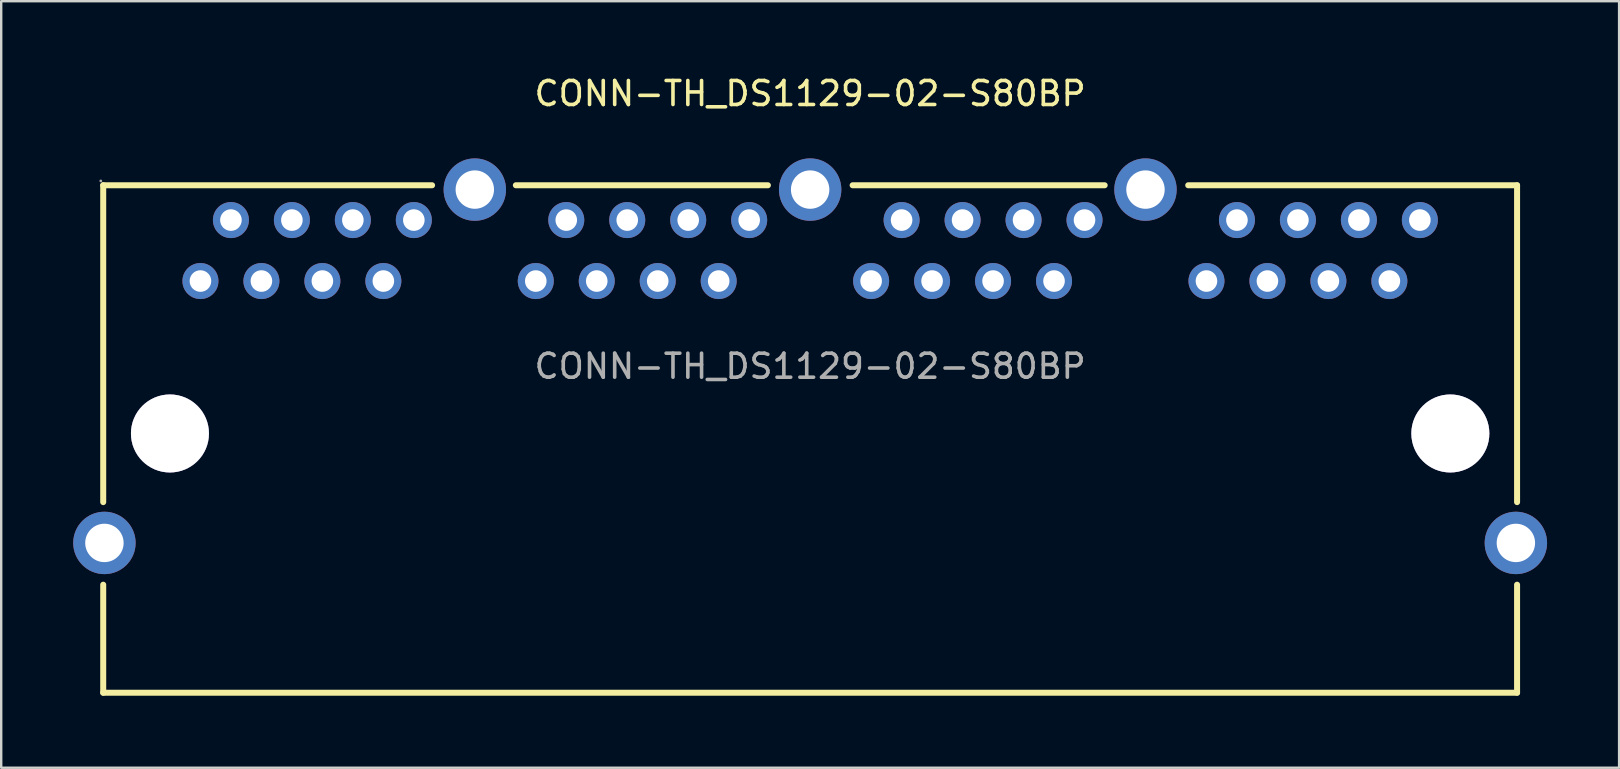
<source format=kicad_pcb>
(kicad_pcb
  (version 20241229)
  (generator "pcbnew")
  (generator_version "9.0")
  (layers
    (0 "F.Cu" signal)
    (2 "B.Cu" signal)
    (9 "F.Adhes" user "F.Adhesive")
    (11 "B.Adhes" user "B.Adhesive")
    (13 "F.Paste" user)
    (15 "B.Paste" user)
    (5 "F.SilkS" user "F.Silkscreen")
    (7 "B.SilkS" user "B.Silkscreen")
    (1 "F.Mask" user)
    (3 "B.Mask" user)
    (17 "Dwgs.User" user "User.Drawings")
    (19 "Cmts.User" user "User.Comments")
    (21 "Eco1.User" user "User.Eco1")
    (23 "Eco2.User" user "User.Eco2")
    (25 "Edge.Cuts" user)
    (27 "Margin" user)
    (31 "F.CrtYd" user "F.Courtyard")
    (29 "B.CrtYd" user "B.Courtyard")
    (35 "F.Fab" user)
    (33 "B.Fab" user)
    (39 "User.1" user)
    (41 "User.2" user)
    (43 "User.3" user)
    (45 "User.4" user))
  (footprint "CONN-TH_DS1129-02-S80BP"
    (layer "F.Cu")
    (at 30.7 12.208)
    (property "Reference" "CONN-TH_DS1129-02-S80BP" (at 0 -11.36 0) (layer "F.SilkS") (effects (font (size 1 1) (thickness 0.15))))
    (attr through_hole)
    (fp_line (start -29.45 -7.54) (end -15.75 -7.54) (stroke (width 0.25) (type solid)) (layer "F.SilkS"))
    (fp_line (start -29.45 5.66) (end -29.45 -7.54) (stroke (width 0.25) (type solid)) (layer "F.SilkS"))
    (fp_line (start -29.45 13.6) (end -29.45 9.1) (stroke (width 0.25) (type solid)) (layer "F.SilkS"))
    (fp_line (start -29.45 13.6) (end 29.45 13.6) (stroke (width 0.25) (type solid)) (layer "F.SilkS"))
    (fp_line (start -12.26 -7.54) (end -1.76 -7.54) (stroke (width 0.25) (type solid)) (layer "F.SilkS"))
    (fp_line (start 1.77 -7.54) (end 12.27 -7.54) (stroke (width 0.25) (type solid)) (layer "F.SilkS"))
    (fp_line (start 15.75 -7.54) (end 29.45 -7.54) (stroke (width 0.25) (type solid)) (layer "F.SilkS"))
    (fp_line (start 29.45 5.66) (end 29.45 -7.54) (stroke (width 0.25) (type solid)) (layer "F.SilkS"))
    (fp_line (start 29.45 13.6) (end 29.45 9.1) (stroke (width 0.25) (type solid)) (layer "F.SilkS"))
    (fp_circle (center -26.67 2.8) (end -25.92 2.8) (stroke (width 1.5) (type solid)) (fill no) (layer "Cmts.User"))
    (fp_circle (center 26.67 2.8) (end 27.42 2.8) (stroke (width 1.5) (type solid)) (fill no) (layer "Cmts.User"))
    (fp_circle (center -29.55 -7.72) (end -29.52 -7.72) (stroke (width 0.06) (type solid)) (fill no) (layer "F.Fab"))
    (fp_circle (center -26.67 2.8) (end -25.91 2.8) (stroke (width 1.52) (type solid)) (fill no) (layer "F.Fab"))
    (fp_circle (center -25.4 -3.55) (end -25.25 -3.55) (stroke (width 0.3) (type solid)) (fill no) (layer "F.Fab"))
    (fp_circle (center -24.13 -6.09) (end -23.98 -6.09) (stroke (width 0.3) (type solid)) (fill no) (layer "F.Fab"))
    (fp_circle (center -22.86 -3.55) (end -22.71 -3.55) (stroke (width 0.3) (type solid)) (fill no) (layer "F.Fab"))
    (fp_circle (center -21.59 -6.09) (end -21.44 -6.09) (stroke (width 0.3) (type solid)) (fill no) (layer "F.Fab"))
    (fp_circle (center -20.32 -3.55) (end -20.17 -3.55) (stroke (width 0.3) (type solid)) (fill no) (layer "F.Fab"))
    (fp_circle (center -19.05 -6.09) (end -18.9 -6.09) (stroke (width 0.3) (type solid)) (fill no) (layer "F.Fab"))
    (fp_circle (center -17.78 -3.55) (end -17.63 -3.55) (stroke (width 0.3) (type solid)) (fill no) (layer "F.Fab"))
    (fp_circle (center -16.51 -6.09) (end -16.36 -6.09) (stroke (width 0.3) (type solid)) (fill no) (layer "F.Fab"))
    (fp_circle (center -11.43 -3.55) (end -11.28 -3.55) (stroke (width 0.3) (type solid)) (fill no) (layer "F.Fab"))
    (fp_circle (center -10.16 -6.09) (end -10.01 -6.09) (stroke (width 0.3) (type solid)) (fill no) (layer "F.Fab"))
    (fp_circle (center -8.89 -3.55) (end -8.74 -3.55) (stroke (width 0.3) (type solid)) (fill no) (layer "F.Fab"))
    (fp_circle (center -7.62 -6.09) (end -7.47 -6.09) (stroke (width 0.3) (type solid)) (fill no) (layer "F.Fab"))
    (fp_circle (center -6.35 -3.55) (end -6.2 -3.55) (stroke (width 0.3) (type solid)) (fill no) (layer "F.Fab"))
    (fp_circle (center -5.08 -6.09) (end -4.93 -6.09) (stroke (width 0.3) (type solid)) (fill no) (layer "F.Fab"))
    (fp_circle (center -3.81 -3.55) (end -3.66 -3.55) (stroke (width 0.3) (type solid)) (fill no) (layer "F.Fab"))
    (fp_circle (center -2.54 -6.09) (end -2.39 -6.09) (stroke (width 0.3) (type solid)) (fill no) (layer "F.Fab"))
    (fp_circle (center 2.54 -3.55) (end 2.69 -3.55) (stroke (width 0.3) (type solid)) (fill no) (layer "F.Fab"))
    (fp_circle (center 3.81 -6.09) (end 3.96 -6.09) (stroke (width 0.3) (type solid)) (fill no) (layer "F.Fab"))
    (fp_circle (center 5.08 -3.55) (end 5.23 -3.55) (stroke (width 0.3) (type solid)) (fill no) (layer "F.Fab"))
    (fp_circle (center 6.35 -6.09) (end 6.5 -6.09) (stroke (width 0.3) (type solid)) (fill no) (layer "F.Fab"))
    (fp_circle (center 7.62 -3.55) (end 7.77 -3.55) (stroke (width 0.3) (type solid)) (fill no) (layer "F.Fab"))
    (fp_circle (center 8.89 -6.09) (end 9.04 -6.09) (stroke (width 0.3) (type solid)) (fill no) (layer "F.Fab"))
    (fp_circle (center 10.16 -3.55) (end 10.31 -3.55) (stroke (width 0.3) (type solid)) (fill no) (layer "F.Fab"))
    (fp_circle (center 11.43 -6.09) (end 11.58 -6.09) (stroke (width 0.3) (type solid)) (fill no) (layer "F.Fab"))
    (fp_circle (center 16.51 -3.55) (end 16.66 -3.55) (stroke (width 0.3) (type solid)) (fill no) (layer "F.Fab"))
    (fp_circle (center 17.78 -6.09) (end 17.93 -6.09) (stroke (width 0.3) (type solid)) (fill no) (layer "F.Fab"))
    (fp_circle (center 19.05 -3.55) (end 19.2 -3.55) (stroke (width 0.3) (type solid)) (fill no) (layer "F.Fab"))
    (fp_circle (center 20.32 -6.09) (end 20.47 -6.09) (stroke (width 0.3) (type solid)) (fill no) (layer "F.Fab"))
    (fp_circle (center 21.59 -3.55) (end 21.74 -3.55) (stroke (width 0.3) (type solid)) (fill no) (layer "F.Fab"))
    (fp_circle (center 22.86 -6.09) (end 23.01 -6.09) (stroke (width 0.3) (type solid)) (fill no) (layer "F.Fab"))
    (fp_circle (center 24.13 -3.55) (end 24.28 -3.55) (stroke (width 0.3) (type solid)) (fill no) (layer "F.Fab"))
    (fp_circle (center 25.4 -6.09) (end 25.55 -6.09) (stroke (width 0.3) (type solid)) (fill no) (layer "F.Fab"))
    (fp_circle (center 26.67 2.8) (end 27.43 2.8) (stroke (width 1.52) (type solid)) (fill no) (layer "F.Fab"))
    (fp_text user "${REFERENCE}" (at 0 0 0) (layer "F.Fab") (effects (font (size 1 1) (thickness 0.15))))
    (pad "" thru_hole circle (at -26.67 2.8) (size 3.25 3.25) (drill 3.25) (layers "*.Cu" "*.Mask"))
    (pad "" thru_hole circle (at 26.67 2.8) (size 3.25 3.25) (drill 3.25) (layers "*.Cu" "*.Mask"))
    (pad "A1" thru_hole circle (at -25.4 -3.55 180) (size 1.5 1.5) (drill 0.9) (layers "*.Cu" "*.Paste" "*.Mask"))
    (pad "A2" thru_hole circle (at -24.13 -6.09 180) (size 1.5 1.5) (drill 0.9) (layers "*.Cu" "*.Paste" "*.Mask"))
    (pad "A3" thru_hole circle (at -22.86 -3.55 180) (size 1.5 1.5) (drill 0.9) (layers "*.Cu" "*.Paste" "*.Mask"))
    (pad "A4" thru_hole circle (at -21.59 -6.09 180) (size 1.5 1.5) (drill 0.9) (layers "*.Cu" "*.Paste" "*.Mask"))
    (pad "A5" thru_hole circle (at -20.32 -3.55 180) (size 1.5 1.5) (drill 0.9) (layers "*.Cu" "*.Paste" "*.Mask"))
    (pad "A6" thru_hole circle (at -19.05 -6.09 180) (size 1.5 1.5) (drill 0.9) (layers "*.Cu" "*.Paste" "*.Mask"))
    (pad "A7" thru_hole circle (at -17.78 -3.55 180) (size 1.5 1.5) (drill 0.9) (layers "*.Cu" "*.Paste" "*.Mask"))
    (pad "A8" thru_hole circle (at -16.51 -6.09 180) (size 1.5 1.5) (drill 0.9) (layers "*.Cu" "*.Paste" "*.Mask"))
    (pad "B1" thru_hole circle (at -11.43 -3.55 180) (size 1.5 1.5) (drill 0.9) (layers "*.Cu" "*.Paste" "*.Mask"))
    (pad "B2" thru_hole circle (at -10.16 -6.09 180) (size 1.5 1.5) (drill 0.9) (layers "*.Cu" "*.Paste" "*.Mask"))
    (pad "B3" thru_hole circle (at -8.89 -3.55 180) (size 1.5 1.5) (drill 0.9) (layers "*.Cu" "*.Paste" "*.Mask"))
    (pad "B4" thru_hole circle (at -7.62 -6.09 180) (size 1.5 1.5) (drill 0.9) (layers "*.Cu" "*.Paste" "*.Mask"))
    (pad "B5" thru_hole circle (at -6.35 -3.55 180) (size 1.5 1.5) (drill 0.9) (layers "*.Cu" "*.Paste" "*.Mask"))
    (pad "B6" thru_hole circle (at -5.08 -6.09 180) (size 1.5 1.5) (drill 0.9) (layers "*.Cu" "*.Paste" "*.Mask"))
    (pad "B7" thru_hole circle (at -3.81 -3.55 180) (size 1.5 1.5) (drill 0.9) (layers "*.Cu" "*.Paste" "*.Mask"))
    (pad "B8" thru_hole circle (at -2.54 -6.09 180) (size 1.5 1.5) (drill 0.9) (layers "*.Cu" "*.Paste" "*.Mask"))
    (pad "C1" thru_hole circle (at 2.54 -3.55 180) (size 1.5 1.5) (drill 0.9) (layers "*.Cu" "*.Paste" "*.Mask"))
    (pad "C2" thru_hole circle (at 3.81 -6.09 180) (size 1.5 1.5) (drill 0.9) (layers "*.Cu" "*.Paste" "*.Mask"))
    (pad "C3" thru_hole circle (at 5.08 -3.55 180) (size 1.5 1.5) (drill 0.9) (layers "*.Cu" "*.Paste" "*.Mask"))
    (pad "C4" thru_hole circle (at 6.35 -6.09 180) (size 1.5 1.5) (drill 0.9) (layers "*.Cu" "*.Paste" "*.Mask"))
    (pad "C5" thru_hole circle (at 7.62 -3.55 180) (size 1.5 1.5) (drill 0.9) (layers "*.Cu" "*.Paste" "*.Mask"))
    (pad "C6" thru_hole circle (at 8.89 -6.09 180) (size 1.5 1.5) (drill 0.9) (layers "*.Cu" "*.Paste" "*.Mask"))
    (pad "C7" thru_hole circle (at 10.16 -3.55 180) (size 1.5 1.5) (drill 0.9) (layers "*.Cu" "*.Paste" "*.Mask"))
    (pad "C8" thru_hole circle (at 11.43 -6.09 180) (size 1.5 1.5) (drill 0.9) (layers "*.Cu" "*.Paste" "*.Mask"))
    (pad "D1" thru_hole circle (at 16.51 -3.55 180) (size 1.5 1.5) (drill 0.9) (layers "*.Cu" "*.Paste" "*.Mask"))
    (pad "D2" thru_hole circle (at 17.78 -6.09 180) (size 1.5 1.5) (drill 0.9) (layers "*.Cu" "*.Paste" "*.Mask"))
    (pad "D3" thru_hole circle (at 19.05 -3.55 180) (size 1.5 1.5) (drill 0.9) (layers "*.Cu" "*.Paste" "*.Mask"))
    (pad "D4" thru_hole circle (at 20.32 -6.09 180) (size 1.5 1.5) (drill 0.9) (layers "*.Cu" "*.Paste" "*.Mask"))
    (pad "D5" thru_hole circle (at 21.59 -3.55 180) (size 1.5 1.5) (drill 0.9) (layers "*.Cu" "*.Paste" "*.Mask"))
    (pad "D6" thru_hole circle (at 22.86 -6.09 180) (size 1.5 1.5) (drill 0.9) (layers "*.Cu" "*.Paste" "*.Mask"))
    (pad "D7" thru_hole circle (at 24.13 -3.55 180) (size 1.5 1.5) (drill 0.9) (layers "*.Cu" "*.Paste" "*.Mask"))
    (pad "D8" thru_hole circle (at 25.4 -6.09 180) (size 1.5 1.5) (drill 0.9) (layers "*.Cu" "*.Paste" "*.Mask"))
    (pad "EH" thru_hole circle (at -29.4 7.36 180) (size 2.6 2.6) (drill 1.6) (layers "*.Cu" "*.Paste" "*.Mask"))
    (pad "EH" thru_hole circle (at -13.97 -7.36 180) (size 2.6 2.6) (drill 1.6) (layers "*.Cu" "*.Paste" "*.Mask"))
    (pad "EH" thru_hole circle (at 0 -7.36 180) (size 2.6 2.6) (drill 1.6) (layers "*.Cu" "*.Paste" "*.Mask"))
    (pad "EH" thru_hole circle (at 13.97 -7.36 180) (size 2.6 2.6) (drill 1.6) (layers "*.Cu" "*.Paste" "*.Mask"))
    (pad "EH" thru_hole circle (at 29.4 7.36 180) (size 2.6 2.6) (drill 1.6) (layers "*.Cu" "*.Paste" "*.Mask")))
  (gr_rect
    (start -3 -3)
    (end 64.4 28.933)
    (stroke (width 0.1) (type default))
    (fill no)
    (layer "Edge.Cuts")))
</source>
